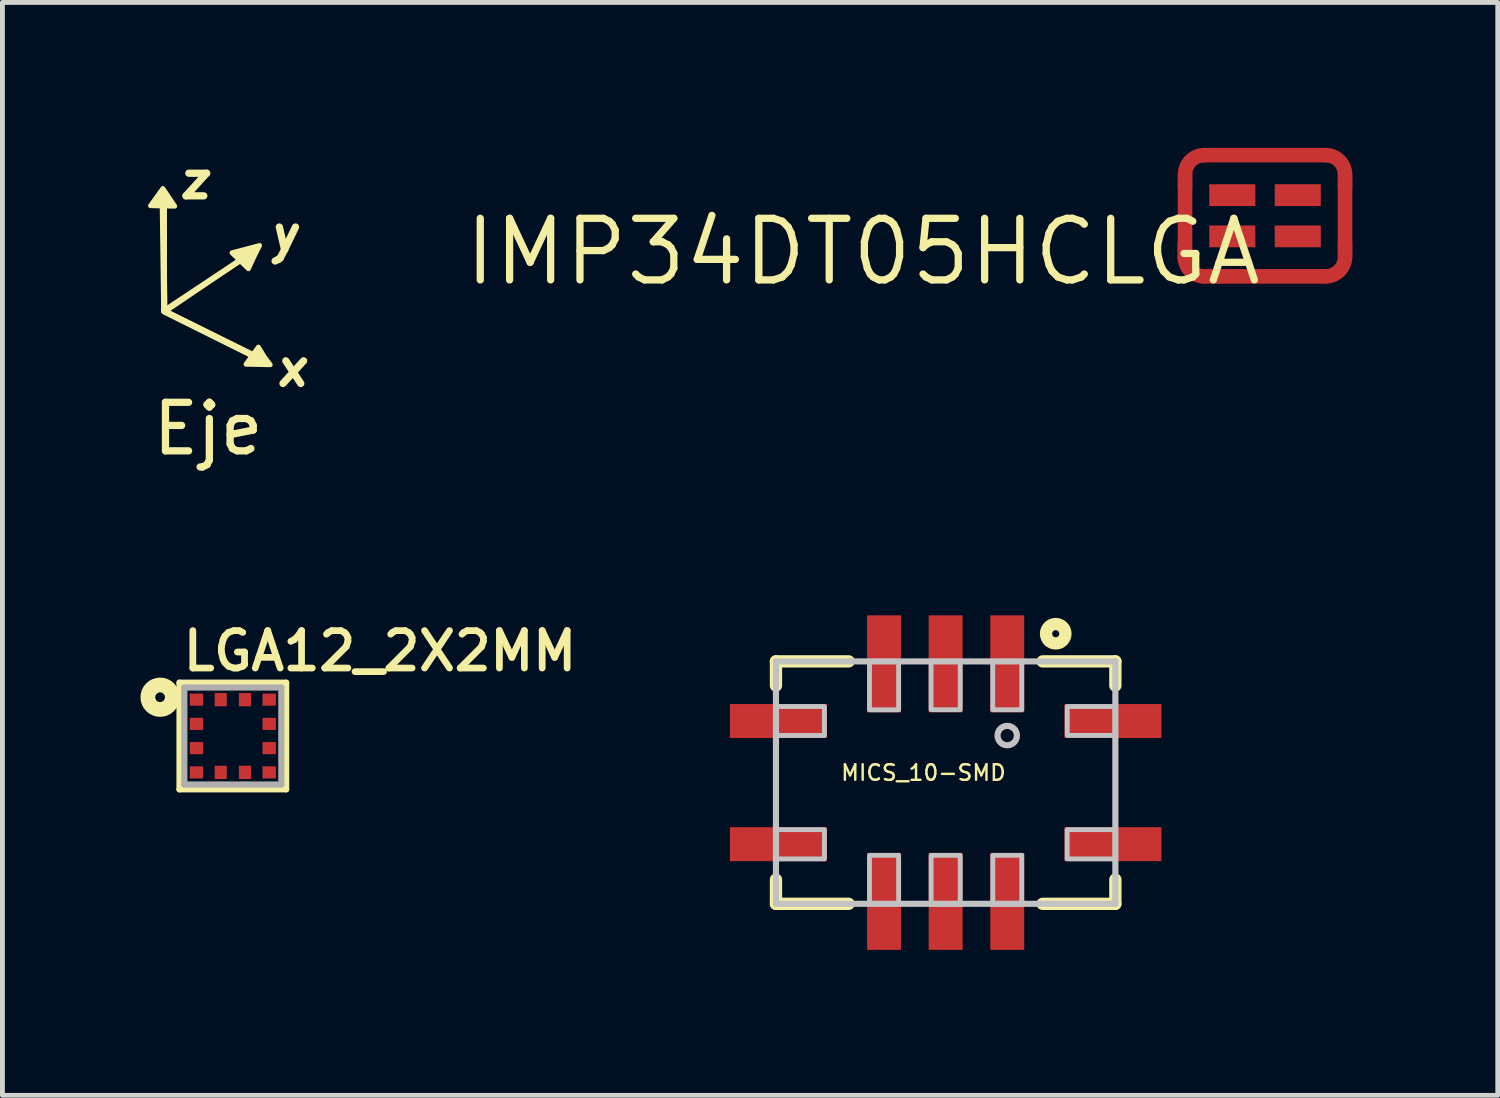
<source format=kicad_pcb>
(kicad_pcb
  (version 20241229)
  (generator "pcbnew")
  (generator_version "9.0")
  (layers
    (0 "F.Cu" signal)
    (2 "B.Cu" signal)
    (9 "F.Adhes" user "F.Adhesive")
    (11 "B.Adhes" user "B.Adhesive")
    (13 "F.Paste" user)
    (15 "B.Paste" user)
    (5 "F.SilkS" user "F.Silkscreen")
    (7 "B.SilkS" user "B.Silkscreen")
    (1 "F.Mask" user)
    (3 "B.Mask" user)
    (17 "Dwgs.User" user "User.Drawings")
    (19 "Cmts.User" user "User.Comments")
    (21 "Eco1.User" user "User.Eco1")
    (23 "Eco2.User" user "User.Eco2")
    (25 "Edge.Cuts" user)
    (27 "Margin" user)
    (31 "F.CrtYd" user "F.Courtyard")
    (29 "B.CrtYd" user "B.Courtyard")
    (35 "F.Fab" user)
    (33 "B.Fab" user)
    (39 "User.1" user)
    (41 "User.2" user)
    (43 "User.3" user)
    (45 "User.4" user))
  (footprint "MICS_10-SMD"
    (layer "F.Cu")
    (at 16.454 13.091)
    (property "Reference" "MICS_10-SMD" (at -0.458 -0.204 0) (layer "F.SilkS") (effects (font (size 0.321 0.321) (thickness 0.05))))
    (attr smd)
    (fp_line (start -3.5 -2.5) (end -3.5 -2) (stroke (width 0.254) (type solid)) (layer "F.SilkS"))
    (fp_line (start -3.5 -2.5) (end -2 -2.5) (stroke (width 0.254) (type solid)) (layer "F.SilkS"))
    (fp_line (start -3.5 2.5) (end -3.5 2) (stroke (width 0.254) (type solid)) (layer "F.SilkS"))
    (fp_line (start -3.5 2.5) (end -2 2.5) (stroke (width 0.254) (type solid)) (layer "F.SilkS"))
    (fp_line (start 3.5 -2.5) (end 2 -2.5) (stroke (width 0.254) (type solid)) (layer "F.SilkS"))
    (fp_line (start 3.5 -2.5) (end 3.5 -2) (stroke (width 0.254) (type solid)) (layer "F.SilkS"))
    (fp_line (start 3.5 2.5) (end 2 2.5) (stroke (width 0.254) (type solid)) (layer "F.SilkS"))
    (fp_line (start 3.5 2.5) (end 3.5 2) (stroke (width 0.254) (type solid)) (layer "F.SilkS"))
    (fp_circle (center 2.27 -3.07) (end 2.47 -3.07) (stroke (width 0.254) (type solid)) (fill no) (layer "F.SilkS"))
    (fp_line (start -3.5 -2.5) (end -3.5 2.5) (stroke (width 0.127) (type solid)) (layer "Dwgs.User"))
    (fp_line (start -3.5 -2.5) (end 3.5 -2.5) (stroke (width 0.127) (type solid)) (layer "Dwgs.User"))
    (fp_line (start -3.5 2.5) (end 3.5 2.5) (stroke (width 0.127) (type solid)) (layer "Dwgs.User"))
    (fp_line (start 3.5 -2.5) (end 3.5 2.5) (stroke (width 0.127) (type solid)) (layer "Dwgs.User"))
    (fp_circle (center 1.27 -0.97) (end 1.47 -0.97) (stroke (width 0.127) (type solid)) (fill no) (layer "Dwgs.User"))
    (fp_poly (pts (xy -3.509 0.97) (xy -2.5 0.97) (xy -2.5 1.574) (xy -3.509 1.574)) (stroke (width 0.1) (type solid)) (fill no) (layer "Dwgs.User"))
    (fp_poly (pts (xy -3.503 -1.57) (xy -2.5 -1.57) (xy -2.5 -0.971) (xy -3.503 -0.971)) (stroke (width 0.1) (type solid)) (fill no) (layer "Dwgs.User"))
    (fp_poly (pts (xy -1.571 1.5) (xy -0.97 1.5) (xy -0.97 2.501) (xy -1.571 2.501)) (stroke (width 0.1) (type solid)) (fill no) (layer "Dwgs.User"))
    (fp_poly (pts (xy -1.571 -2.5) (xy -0.97 -2.5) (xy -0.97 -1.501) (xy -1.571 -1.501)) (stroke (width 0.1) (type solid)) (fill no) (layer "Dwgs.User"))
    (fp_poly (pts (xy -0.301 -2.5) (xy 0.3 -2.5) (xy 0.3 -1.503) (xy -0.301 -1.503)) (stroke (width 0.1) (type solid)) (fill no) (layer "Dwgs.User"))
    (fp_poly (pts (xy -0.3 1.5) (xy 0.3 1.5) (xy 0.3 2.504) (xy -0.3 2.504)) (stroke (width 0.1) (type solid)) (fill no) (layer "Dwgs.User"))
    (fp_poly (pts (xy 0.971 -2.5) (xy 1.57 -2.5) (xy 1.57 -1.502) (xy 0.971 -1.502)) (stroke (width 0.1) (type solid)) (fill no) (layer "Dwgs.User"))
    (fp_poly (pts (xy 0.972 1.5) (xy 1.57 1.5) (xy 1.57 2.504) (xy 0.972 2.504)) (stroke (width 0.1) (type solid)) (fill no) (layer "Dwgs.User"))
    (fp_poly (pts (xy 2.506 0.97) (xy 3.5 0.97) (xy 3.5 1.574) (xy 2.506 1.574)) (stroke (width 0.1) (type solid)) (fill no) (layer "Dwgs.User"))
    (fp_poly (pts (xy 2.508 -1.57) (xy 3.5 -1.57) (xy 3.5 -0.973) (xy 2.508 -0.973)) (stroke (width 0.1) (type solid)) (fill no) (layer "Dwgs.User"))
    (pad "A" smd rect (at 1.27 -2.45) (size 0.7 2) (layers "F.Cu" "F.Mask" "F.Paste"))
    (pad "B" smd rect (at 0 -2.45) (size 0.7 2) (layers "F.Cu" "F.Mask" "F.Paste"))
    (pad "C" smd rect (at -1.27 -2.45) (size 0.7 2) (layers "F.Cu" "F.Mask" "F.Paste"))
    (pad "D" smd rect (at -3.45 -1.27 90) (size 0.7 2) (layers "F.Cu" "F.Mask" "F.Paste"))
    (pad "E" smd rect (at -3.45 1.27 90) (size 0.7 2) (layers "F.Cu" "F.Mask" "F.Paste"))
    (pad "F" smd rect (at -1.27 2.45) (size 0.7 2) (layers "F.Cu" "F.Mask" "F.Paste"))
    (pad "G" smd rect (at 0 2.45) (size 0.7 2) (layers "F.Cu" "F.Mask" "F.Paste"))
    (pad "H" smd rect (at 1.27 2.45) (size 0.7 2) (layers "F.Cu" "F.Mask" "F.Paste"))
    (pad "J" smd rect (at 3.45 1.27 90) (size 0.7 2) (layers "F.Cu" "F.Mask" "F.Paste"))
    (pad "K" smd rect (at 3.45 -1.27 90) (size 0.7 2) (layers "F.Cu" "F.Mask" "F.Paste")))
  (footprint "Eje"
    (layer "F.Cu")
    (at 0.324 3.373)
    (property "Reference" "Eje" (at 0.92 2.42 0) (layer "F.SilkS") (effects (font (size 1 1) (thickness 0.15))))
    (attr through_hole)
    (fp_line (start 0.01 -0.01) (end 0.01 -2.21) (stroke (width 0.12) (type solid)) (layer "F.SilkS"))
    (fp_line (start 0.01 -0.01) (end 1.53 -1.02) (stroke (width 0.12) (type solid)) (layer "F.SilkS"))
    (fp_line (start 0.01 -0.01) (end 1.83 0.89) (stroke (width 0.12) (type solid)) (layer "F.SilkS"))
    (fp_poly (pts (xy 0.03 -0.01) (xy 0 -2.21) (xy -0.03 -2.21) (xy 0 -0.01)) (stroke (width 0.1) (type solid)) (fill yes) (layer "F.SilkS"))
    (fp_poly (pts (xy 0.11 -2.35) (xy 0.23 -2.17) (xy -0.27 -2.18) (xy -0.015 -2.535)) (stroke (width 0.1) (type solid)) (fill yes) (layer "F.SilkS"))
    (fp_poly (pts (xy 1.52 -1.01) (xy 0.02 0.01) (xy 0.01 0) (xy 1.54 -1.03)) (stroke (width 0.1) (type solid)) (fill yes) (layer "F.SilkS"))
    (fp_poly (pts (xy 1.85 0.93) (xy 0.02 0.02) (xy 0.03 -0.01) (xy 1.87 0.91)) (stroke (width 0.1) (type solid)) (fill yes) (layer "F.SilkS"))
    (fp_poly (pts (xy 1.87 -1.14) (xy 1.75 -0.88) (xy 1.41 -1.21) (xy 1.98 -1.36)) (stroke (width 0.1) (type solid)) (fill yes) (layer "F.SilkS"))
    (fp_poly (pts (xy 2.08 0.94) (xy 2.2 1.1) (xy 1.7 1.09) (xy 1.955 0.735)) (stroke (width 0.1) (type solid)) (fill yes) (layer "F.SilkS"))
    (fp_text user "x" (at 2.65 1.17 0) (layer "F.SilkS") (effects (font (size 0.7 0.7) (thickness 0.15) (italic yes))))
    (fp_text user "z" (at 0.65 -2.7 0) (layer "F.SilkS") (effects (font (size 0.7 0.7) (thickness 0.15) (italic yes))))
    (fp_text user "y" (at 2.5 -1.59 0) (layer "F.SilkS") (effects (font (size 0.7 0.7) (thickness 0.15) (italic yes)))))
  (footprint "IMP34DT05HCLGA"
    (layer "F.Cu")
    (at 23.041 1.4)
    (property "Reference" "IMP34DT05HCLGA" (at 0 0 0) (layer "F.SilkS") (effects (font (size 1.27 1.27) (thickness 0.15)) (justify right top)))
    (attr through_hole)
    (fp_line (start -1.655 0.575) (end -1.655 0.85) (stroke (width 0.3) (type solid)) (layer "F.Cu"))
    (fp_line (start -1.65 -0.855) (end -1.65 -0.58) (stroke (width 0.3) (type solid)) (layer "F.Cu"))
    (fp_line (start -1.65 -0.775) (end -1.65 0.775) (stroke (width 0.3) (type solid)) (layer "F.Cu"))
    (fp_line (start -1.255 1.25) (end -0.98 1.25) (stroke (width 0.3) (type solid)) (layer "F.Cu"))
    (fp_line (start -1.25 -1.25) (end 1.25 -1.25) (stroke (width 0.3) (type solid)) (layer "F.Cu"))
    (fp_line (start -0.975 1.25) (end 1.25 1.25) (stroke (width 0.3) (type solid)) (layer "F.Cu"))
    (fp_line (start 1.65 -0.85) (end 1.65 -0.575) (stroke (width 0.3) (type solid)) (layer "F.Cu"))
    (fp_line (start 1.65 -0.775) (end 1.65 0.775) (stroke (width 0.3) (type solid)) (layer "F.Cu"))
    (fp_line (start 1.65 0.845) (end 1.65 0.57) (stroke (width 0.3) (type solid)) (layer "F.Cu"))
    (fp_arc (start -1.65 -0.855) (mid -1.531807 -1.135343) (end -1.25 -1.25) (stroke (width 0.3) (type solid)) (layer "F.Cu"))
    (fp_arc (start -1.255 1.25) (mid -1.537843 1.132843) (end -1.655 0.85) (stroke (width 0.3) (type solid)) (layer "F.Cu"))
    (fp_arc (start 1.25 -1.25) (mid 1.532843 -1.132843) (end 1.65 -0.85) (stroke (width 0.3) (type solid)) (layer "F.Cu"))
    (fp_arc (start 1.65 0.845) (mid 1.533878 1.130343) (end 1.25 1.25) (stroke (width 0.3) (type solid)) (layer "F.Cu"))
    (fp_line (start -1.65 -0.875) (end -1.65 0.875) (stroke (width 0.3) (type solid)) (layer "F.Mask"))
    (fp_line (start -1.255 1.25) (end -0.98 1.25) (stroke (width 0.3) (type solid)) (layer "F.Mask"))
    (fp_line (start -1.25 -1.25) (end 1.25 -1.25) (stroke (width 0.3) (type solid)) (layer "F.Mask"))
    (fp_line (start -0.975 1.25) (end 1.25 1.25) (stroke (width 0.3) (type solid)) (layer "F.Mask"))
    (fp_line (start 1.65 -0.775) (end 1.65 0.775) (stroke (width 0.3) (type solid)) (layer "F.Mask"))
    (fp_line (start 1.65 0.845) (end 1.65 0.57) (stroke (width 0.3) (type solid)) (layer "F.Mask"))
    (fp_arc (start -1.65 -0.855) (mid -1.531807 -1.135343) (end -1.25 -1.25) (stroke (width 0.3) (type solid)) (layer "F.Mask"))
    (fp_arc (start -1.255 1.25) (mid -1.537843 1.132843) (end -1.655 0.85) (stroke (width 0.3) (type solid)) (layer "F.Mask"))
    (fp_arc (start 1.25 -1.25) (mid 1.532843 -1.132843) (end 1.65 -0.85) (stroke (width 0.3) (type solid)) (layer "F.Mask"))
    (fp_arc (start 1.65 0.845) (mid 1.533878 1.130343) (end 1.25 1.25) (stroke (width 0.3) (type solid)) (layer "F.Mask"))
    (pad "1" smd rect (at 0.675 -0.425) (size 0.95 0.45) (layers "F.Cu" "F.Mask" "F.Paste"))
    (pad "2" smd rect (at -0.675 -0.425) (size 0.95 0.45) (layers "F.Cu" "F.Mask" "F.Paste"))
    (pad "3" smd rect (at -0.675 0.425) (size 0.95 0.45) (layers "F.Cu" "F.Mask" "F.Paste"))
    (pad "4" smd rect (at 0.675 0.425) (size 0.95 0.45) (layers "F.Cu" "F.Mask" "F.Paste"))
    (pad "GND" smd rect (at 0 -1.25) (size 0.6 0.2) (layers "F.Cu" "F.Mask" "F.Paste"))
    (pad "GND@2" smd rect (at 0 1.25) (size 0.6 0.2) (layers "F.Cu" "F.Mask" "F.Paste"))
    (pad "GND@3" smd rect (at -1.65 0) (size 0.2 0.6) (layers "F.Cu" "F.Mask" "F.Paste"))
    (pad "GND@4" smd rect (at 1.65 0) (size 0.2 0.6) (layers "F.Cu" "F.Mask" "F.Paste")))
  (footprint "LGA12_2X2MM"
    (layer "F.Cu")
    (at 1.752 12.13)
    (property "Reference" "LGA12_2X2MM" (at -1.1 -1.3 180) (layer "F.SilkS") (effects (font (size 0.772 0.772) (thickness 0.139)) (justify left bottom)))
    (attr through_hole)
    (fp_line (start -1.1 -1.1) (end 1.1 -1.1) (stroke (width 0.127) (type solid)) (layer "F.SilkS"))
    (fp_line (start -1.1 1.1) (end -1.1 -1.1) (stroke (width 0.127) (type solid)) (layer "F.SilkS"))
    (fp_line (start 1.1 -1.1) (end 1.1 1.1) (stroke (width 0.127) (type solid)) (layer "F.SilkS"))
    (fp_line (start 1.1 1.1) (end -1.1 1.1) (stroke (width 0.127) (type solid)) (layer "F.SilkS"))
    (fp_circle (center -1.5 -0.8) (end -1.4 -0.8) (stroke (width 0.305) (type solid)) (fill no) (layer "F.SilkS"))
    (fp_line (start -1 -1) (end 1 -1) (stroke (width 0.127) (type solid)) (layer "F.Fab"))
    (fp_line (start -1 1) (end -1 -1) (stroke (width 0.127) (type solid)) (layer "F.Fab"))
    (fp_line (start 1 -1) (end 1 1) (stroke (width 0.127) (type solid)) (layer "F.Fab"))
    (fp_line (start 1 1) (end -1 1) (stroke (width 0.127) (type solid)) (layer "F.Fab"))
    (pad "1" smd rect (at -0.75 -0.75) (size 0.275 0.25) (layers "F.Cu" "F.Mask" "F.Paste"))
    (pad "2" smd rect (at -0.75 -0.25) (size 0.275 0.25) (layers "F.Cu" "F.Mask" "F.Paste"))
    (pad "3" smd rect (at -0.75 0.25) (size 0.275 0.25) (layers "F.Cu" "F.Mask" "F.Paste"))
    (pad "4" smd rect (at -0.75 0.75) (size 0.275 0.25) (layers "F.Cu" "F.Mask" "F.Paste"))
    (pad "5" smd rect (at -0.25 0.75 90) (size 0.275 0.25) (layers "F.Cu" "F.Mask" "F.Paste"))
    (pad "6" smd rect (at 0.25 0.75 90) (size 0.275 0.25) (layers "F.Cu" "F.Mask" "F.Paste"))
    (pad "7" smd rect (at 0.75 0.75 180) (size 0.275 0.25) (layers "F.Cu" "F.Mask" "F.Paste"))
    (pad "8" smd rect (at 0.75 0.25 180) (size 0.275 0.25) (layers "F.Cu" "F.Mask" "F.Paste"))
    (pad "9" smd rect (at 0.75 -0.25 180) (size 0.275 0.25) (layers "F.Cu" "F.Mask" "F.Paste"))
    (pad "10" smd rect (at 0.75 -0.75 180) (size 0.275 0.25) (layers "F.Cu" "F.Mask" "F.Paste"))
    (pad "11" smd rect (at 0.25 -0.75 270) (size 0.275 0.25) (layers "F.Cu" "F.Mask" "F.Paste"))
    (pad "12" smd rect (at -0.25 -0.75 270) (size 0.275 0.25) (layers "F.Cu" "F.Mask" "F.Paste")))
  (gr_rect
    (start -3 -3)
    (end 27.841 19.541)
    (stroke (width 0.1) (type default))
    (fill no)
    (layer "Edge.Cuts")))
</source>
